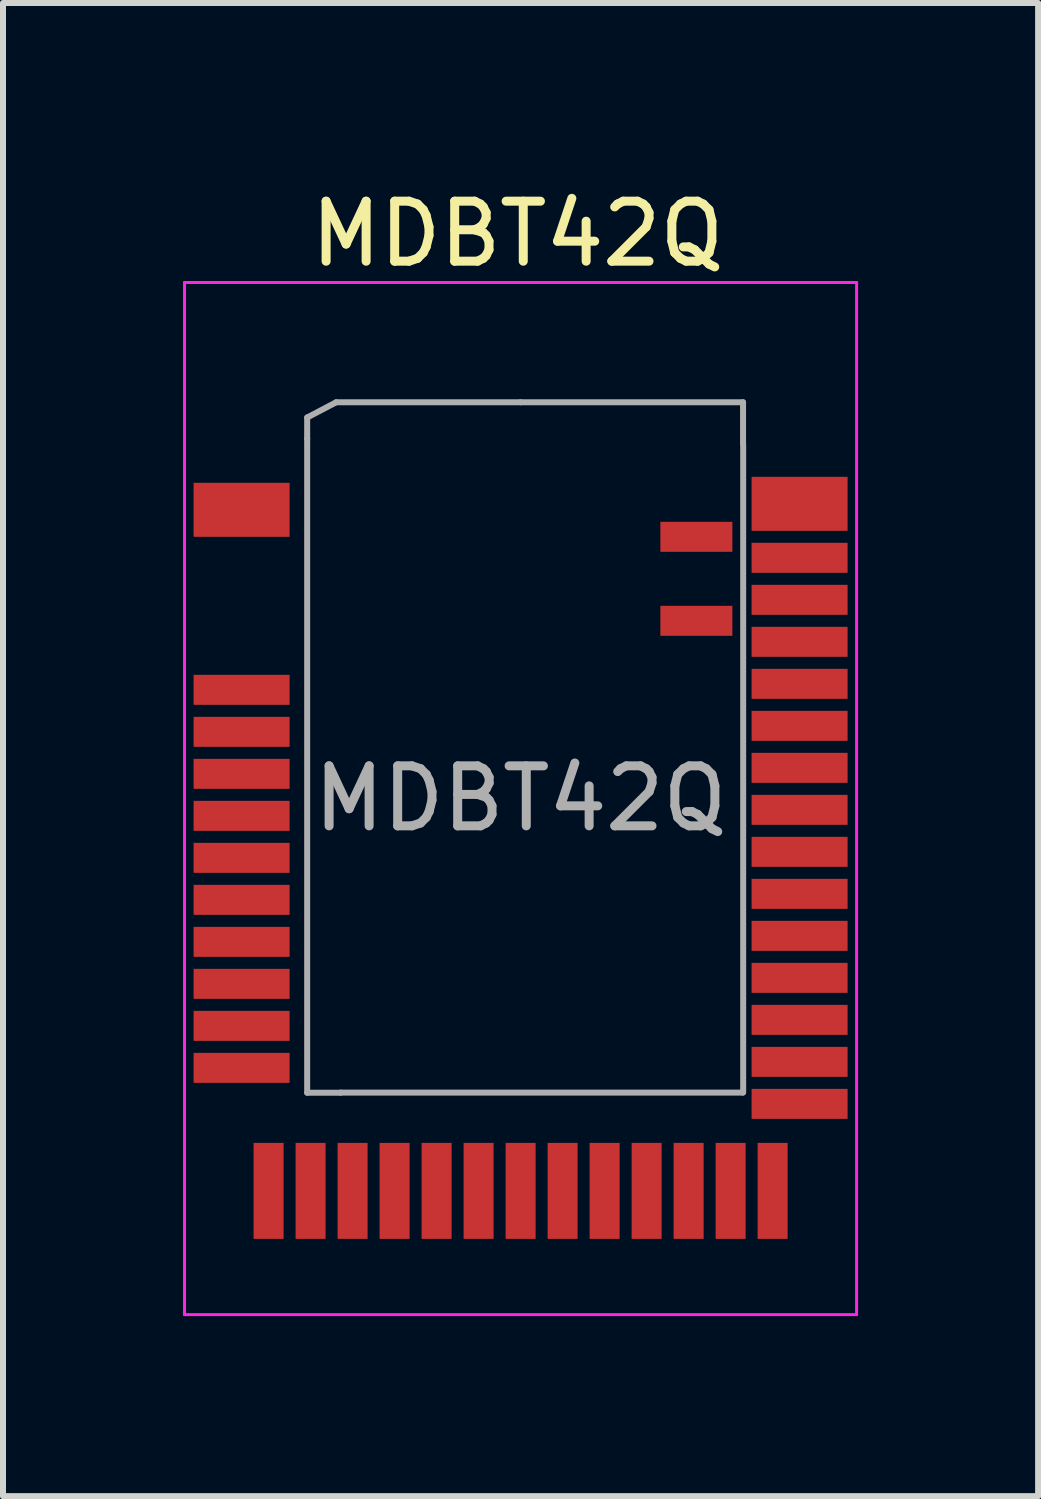
<source format=kicad_pcb>
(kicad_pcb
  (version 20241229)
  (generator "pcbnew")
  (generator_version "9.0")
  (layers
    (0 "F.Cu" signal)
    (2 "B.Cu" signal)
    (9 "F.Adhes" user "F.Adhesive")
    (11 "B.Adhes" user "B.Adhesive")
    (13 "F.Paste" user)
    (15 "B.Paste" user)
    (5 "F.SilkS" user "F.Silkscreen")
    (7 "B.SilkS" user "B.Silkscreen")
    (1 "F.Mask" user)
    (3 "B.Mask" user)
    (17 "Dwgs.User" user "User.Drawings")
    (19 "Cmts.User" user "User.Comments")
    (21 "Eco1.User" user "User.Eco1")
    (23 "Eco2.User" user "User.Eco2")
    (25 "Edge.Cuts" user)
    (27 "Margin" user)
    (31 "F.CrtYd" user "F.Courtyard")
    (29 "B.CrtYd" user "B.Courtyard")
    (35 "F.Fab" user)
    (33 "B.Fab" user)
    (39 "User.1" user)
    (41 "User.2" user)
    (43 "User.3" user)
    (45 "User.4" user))
  (footprint "MDBT42Q"
    (layer "F.Cu")
    (at 5.625 10.258)
    (property "Reference" "MDBT42Q" (at -0.05 -9.41 0) (layer "F.SilkS") (effects (font (size 1 1) (thickness 0.15))))
    (attr smd)
    (fp_line (start -5.6 8.6) (end -5.6 -8.6) (stroke (width 0.05) (type solid)) (layer "F.CrtYd"))
    (fp_line (start 5.6 -8.6) (end -5.6 -8.6) (stroke (width 0.05) (type solid)) (layer "F.CrtYd"))
    (fp_line (start 5.6 -8.6) (end 5.6 8.6) (stroke (width 0.05) (type solid)) (layer "F.CrtYd"))
    (fp_line (start 5.6 8.6) (end -5.6 8.6) (stroke (width 0.05) (type solid)) (layer "F.CrtYd"))
    (fp_line (start -3.556 -6.35) (end -3.073 -6.604) (stroke (width 0.1) (type solid)) (layer "F.Fab"))
    (fp_line (start -3.556 -6) (end -3.556 -6.35) (stroke (width 0.1) (type solid)) (layer "F.Fab"))
    (fp_line (start -3.556 4.902) (end -3.556 -6) (stroke (width 0.1) (type solid)) (layer "F.Fab"))
    (fp_line (start -3 4.9) (end 3.7 4.9) (stroke (width 0.1) (type solid)) (layer "F.Fab"))
    (fp_line (start -2.997 4.902) (end -3.556 4.902) (stroke (width 0.1) (type solid)) (layer "F.Fab"))
    (fp_line (start 0 -6.604) (end -3.073 -6.604) (stroke (width 0.1) (type solid)) (layer "F.Fab"))
    (fp_line (start 0 -6.604) (end 3.708 -6.604) (stroke (width 0.1) (type solid)) (layer "F.Fab"))
    (fp_line (start 3.708 -6.604) (end 3.708 -5.918) (stroke (width 0.1) (type solid)) (layer "F.Fab"))
    (fp_line (start 3.71 4.9) (end 3.71 -5.9) (stroke (width 0.1) (type solid)) (layer "F.Fab"))
    (fp_text user "${REFERENCE}" (at 0 0 0) (layer "F.Fab") (effects (font (size 1 1) (thickness 0.15))))
    (pad "1" smd rect (at -4.649 -4.812) (size 1.6 0.9) (layers "F.Cu" "F.Mask" "F.Paste"))
    (pad "2" smd rect (at -4.649 -1.812) (size 1.6 0.5) (layers "F.Cu" "F.Mask" "F.Paste"))
    (pad "3" smd rect (at -4.649 -1.112) (size 1.6 0.5) (layers "F.Cu" "F.Mask" "F.Paste"))
    (pad "4" smd rect (at -4.649 -0.412) (size 1.6 0.5) (layers "F.Cu" "F.Mask" "F.Paste"))
    (pad "5" smd rect (at -4.649 0.288) (size 1.6 0.5) (layers "F.Cu" "F.Mask" "F.Paste"))
    (pad "6" smd rect (at -4.649 0.988) (size 1.6 0.5) (layers "F.Cu" "F.Mask" "F.Paste"))
    (pad "7" smd rect (at -4.649 1.688) (size 1.6 0.5) (layers "F.Cu" "F.Mask" "F.Paste"))
    (pad "8" smd rect (at -4.649 2.388) (size 1.6 0.5) (layers "F.Cu" "F.Mask" "F.Paste"))
    (pad "9" smd rect (at -4.649 3.088) (size 1.6 0.5) (layers "F.Cu" "F.Mask" "F.Paste"))
    (pad "10" smd rect (at -4.649 3.788) (size 1.6 0.5) (layers "F.Cu" "F.Mask" "F.Paste"))
    (pad "11" smd rect (at -4.649 4.488) (size 1.6 0.5) (layers "F.Cu" "F.Mask" "F.Paste"))
    (pad "12" smd rect (at -4.199 6.538 90) (size 1.6 0.5) (layers "F.Cu" "F.Mask" "F.Paste"))
    (pad "13" smd rect (at -3.499 6.538 90) (size 1.6 0.5) (layers "F.Cu" "F.Mask" "F.Paste"))
    (pad "14" smd rect (at -2.799 6.538 90) (size 1.6 0.5) (layers "F.Cu" "F.Mask" "F.Paste"))
    (pad "15" smd rect (at -2.099 6.538 90) (size 1.6 0.5) (layers "F.Cu" "F.Mask" "F.Paste"))
    (pad "16" smd rect (at -1.399 6.538 90) (size 1.6 0.5) (layers "F.Cu" "F.Mask" "F.Paste"))
    (pad "17" smd rect (at -0.699 6.538 90) (size 1.6 0.5) (layers "F.Cu" "F.Mask" "F.Paste"))
    (pad "18" smd rect (at 0.001 6.538 90) (size 1.6 0.5) (layers "F.Cu" "F.Mask" "F.Paste"))
    (pad "19" smd rect (at 0.701 6.538 90) (size 1.6 0.5) (layers "F.Cu" "F.Mask" "F.Paste"))
    (pad "20" smd rect (at 1.401 6.538 90) (size 1.6 0.5) (layers "F.Cu" "F.Mask" "F.Paste"))
    (pad "21" smd rect (at 2.101 6.538 90) (size 1.6 0.5) (layers "F.Cu" "F.Mask" "F.Paste"))
    (pad "22" smd rect (at 2.801 6.538 90) (size 1.6 0.5) (layers "F.Cu" "F.Mask" "F.Paste"))
    (pad "23" smd rect (at 3.501 6.538 90) (size 1.6 0.5) (layers "F.Cu" "F.Mask" "F.Paste"))
    (pad "24" smd rect (at 4.201 6.538 90) (size 1.6 0.5) (layers "F.Cu" "F.Mask" "F.Paste"))
    (pad "25" smd rect (at 4.65 5.088) (size 1.6 0.5) (layers "F.Cu" "F.Mask" "F.Paste"))
    (pad "26" smd rect (at 4.65 4.388) (size 1.6 0.5) (layers "F.Cu" "F.Mask" "F.Paste"))
    (pad "27" smd rect (at 4.65 3.688) (size 1.6 0.5) (layers "F.Cu" "F.Mask" "F.Paste"))
    (pad "28" smd rect (at 4.65 2.988) (size 1.6 0.5) (layers "F.Cu" "F.Mask" "F.Paste"))
    (pad "29" smd rect (at 4.65 2.288) (size 1.6 0.5) (layers "F.Cu" "F.Mask" "F.Paste"))
    (pad "30" smd rect (at 4.65 1.588) (size 1.6 0.5) (layers "F.Cu" "F.Mask" "F.Paste"))
    (pad "31" smd rect (at 4.65 0.888) (size 1.6 0.5) (layers "F.Cu" "F.Mask" "F.Paste"))
    (pad "32" smd rect (at 4.65 0.188) (size 1.6 0.5) (layers "F.Cu" "F.Mask" "F.Paste"))
    (pad "33" smd rect (at 4.65 -0.512) (size 1.6 0.5) (layers "F.Cu" "F.Mask" "F.Paste"))
    (pad "34" smd rect (at 4.65 -1.212) (size 1.6 0.5) (layers "F.Cu" "F.Mask" "F.Paste"))
    (pad "35" smd rect (at 4.65 -1.912) (size 1.6 0.5) (layers "F.Cu" "F.Mask" "F.Paste"))
    (pad "36" smd rect (at 4.65 -2.612) (size 1.6 0.5) (layers "F.Cu" "F.Mask" "F.Paste"))
    (pad "37" smd rect (at 4.65 -3.312) (size 1.6 0.5) (layers "F.Cu" "F.Mask" "F.Paste"))
    (pad "38" smd rect (at 4.65 -4.012) (size 1.6 0.5) (layers "F.Cu" "F.Mask" "F.Paste"))
    (pad "39" smd rect (at 4.65 -4.912) (size 1.6 0.9) (layers "F.Cu" "F.Mask" "F.Paste"))
    (pad "40" smd rect (at 2.93 -4.362) (size 1.2 0.5) (layers "F.Cu" "F.Mask" "F.Paste"))
    (pad "41" smd rect (at 2.93 -2.962) (size 1.2 0.5) (layers "F.Cu" "F.Mask" "F.Paste")))
  (gr_rect
    (start -3 -3)
    (end 14.25 21.883)
    (stroke (width 0.1) (type default))
    (fill no)
    (layer "Edge.Cuts")))
</source>
